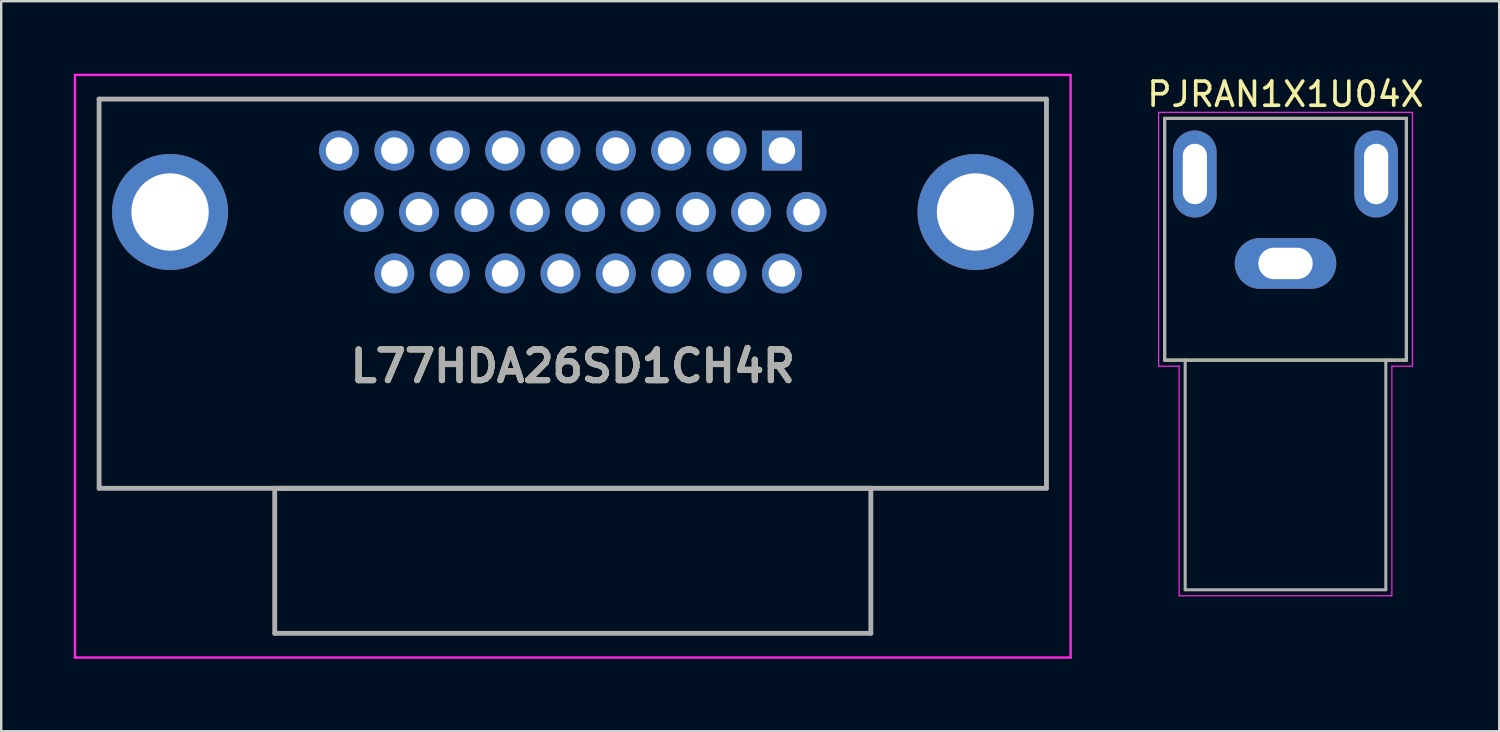
<source format=kicad_pcb>
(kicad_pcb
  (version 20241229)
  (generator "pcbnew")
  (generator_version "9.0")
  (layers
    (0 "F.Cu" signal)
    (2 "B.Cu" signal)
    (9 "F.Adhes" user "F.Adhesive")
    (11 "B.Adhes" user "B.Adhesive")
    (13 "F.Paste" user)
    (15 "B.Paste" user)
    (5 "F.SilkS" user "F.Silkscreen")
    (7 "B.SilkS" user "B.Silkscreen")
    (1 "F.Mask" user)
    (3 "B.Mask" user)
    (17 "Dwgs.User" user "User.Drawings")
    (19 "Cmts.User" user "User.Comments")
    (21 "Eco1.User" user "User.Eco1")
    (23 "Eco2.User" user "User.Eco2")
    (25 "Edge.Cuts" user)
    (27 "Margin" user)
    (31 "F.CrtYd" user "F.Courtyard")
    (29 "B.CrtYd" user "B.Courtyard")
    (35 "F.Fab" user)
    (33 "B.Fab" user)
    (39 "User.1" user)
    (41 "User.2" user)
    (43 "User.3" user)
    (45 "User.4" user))
  (footprint "PJRAN1X1U04X"
    (layer "F.Cu")
    (at 50.129 7.848)
    (property "Reference" "PJRAN1X1U04X" (at 0 -7 0) (layer "F.SilkS") (effects (font (size 1 1) (thickness 0.15))))
    (attr through_hole)
    (fp_line (start -5 -6) (end -5 4) (stroke (width 0.127) (type solid)) (layer "F.SilkS"))
    (fp_line (start -5 4) (end 5 4) (stroke (width 0.127) (type solid)) (layer "F.SilkS"))
    (fp_line (start 5 -6) (end -5 -6) (stroke (width 0.127) (type solid)) (layer "F.SilkS"))
    (fp_line (start 5 4) (end 5 -6) (stroke (width 0.127) (type solid)) (layer "F.SilkS"))
    (fp_line (start -5.25 -6.25) (end -5.25 4.25) (stroke (width 0.05) (type solid)) (layer "F.CrtYd"))
    (fp_line (start -5.25 4.25) (end -4.4 4.25) (stroke (width 0.05) (type solid)) (layer "F.CrtYd"))
    (fp_line (start -4.4 4.25) (end -4.4 13.75) (stroke (width 0.05) (type solid)) (layer "F.CrtYd"))
    (fp_line (start -4.4 13.75) (end 4.4 13.75) (stroke (width 0.05) (type solid)) (layer "F.CrtYd"))
    (fp_line (start 4.4 4.25) (end 5.25 4.25) (stroke (width 0.05) (type solid)) (layer "F.CrtYd"))
    (fp_line (start 4.4 13.75) (end 4.4 4.25) (stroke (width 0.05) (type solid)) (layer "F.CrtYd"))
    (fp_line (start 5.25 -6.25) (end -5.25 -6.25) (stroke (width 0.05) (type solid)) (layer "F.CrtYd"))
    (fp_line (start 5.25 4.25) (end 5.25 -6.25) (stroke (width 0.05) (type solid)) (layer "F.CrtYd"))
    (fp_line (start -5 -6) (end -5 4) (stroke (width 0.127) (type solid)) (layer "F.Fab"))
    (fp_line (start -5 4) (end -4.15 4) (stroke (width 0.127) (type solid)) (layer "F.Fab"))
    (fp_line (start -4.15 4) (end -4.15 13.5) (stroke (width 0.127) (type solid)) (layer "F.Fab"))
    (fp_line (start -4.15 4) (end 4.15 4) (stroke (width 0.127) (type solid)) (layer "F.Fab"))
    (fp_line (start -4.15 13.5) (end 4.15 13.5) (stroke (width 0.127) (type solid)) (layer "F.Fab"))
    (fp_line (start 4.15 4) (end 5 4) (stroke (width 0.127) (type solid)) (layer "F.Fab"))
    (fp_line (start 4.15 13.5) (end 4.15 4) (stroke (width 0.127) (type solid)) (layer "F.Fab"))
    (fp_line (start 5 -6) (end -5 -6) (stroke (width 0.127) (type solid)) (layer "F.Fab"))
    (fp_line (start 5 4) (end 5 -6) (stroke (width 0.127) (type solid)) (layer "F.Fab"))
    (pad "1" thru_hole oval (at 0 0) (size 4.2 2.1) (drill oval 2.25 1.3) (layers "*.Cu" "*.Mask"))
    (pad "2" thru_hole oval (at -3.75 -3.7) (size 1.8 3.6) (drill oval 1 2.5) (layers "*.Cu" "*.Mask"))
    (pad "3" thru_hole oval (at 3.75 -3.7) (size 1.8 3.6) (drill oval 1 2.5) (layers "*.Cu" "*.Mask")))
  (footprint "L77HDA26SD1CH4R"
    (layer "F.Cu")
    (at 29.295 3.18)
    (property "Reference" "L77HDA26SD1CH4R" (at -8.65 8.92 0) (layer "F.SilkS") (effects (font (size 1.27 1.27) (thickness 0.254))))
    (attr through_hole)
    (fp_line (start -28.245 -2.13) (end 10.945 -2.13) (stroke (width 0.1) (type solid)) (layer "F.SilkS"))
    (fp_line (start -28.245 13.97) (end -28.245 -2.13) (stroke (width 0.1) (type solid)) (layer "F.SilkS"))
    (fp_line (start -20.98 13.97) (end 3.68 13.97) (stroke (width 0.1) (type solid)) (layer "F.SilkS"))
    (fp_line (start -20.98 19.97) (end -20.98 13.97) (stroke (width 0.1) (type solid)) (layer "F.SilkS"))
    (fp_line (start 3.68 13.97) (end 3.68 19.97) (stroke (width 0.1) (type solid)) (layer "F.SilkS"))
    (fp_line (start 3.68 19.97) (end -20.98 19.97) (stroke (width 0.1) (type solid)) (layer "F.SilkS"))
    (fp_line (start 10.945 -2.13) (end 10.945 13.97) (stroke (width 0.1) (type solid)) (layer "F.SilkS"))
    (fp_line (start 10.945 13.97) (end -28.245 13.97) (stroke (width 0.1) (type solid)) (layer "F.SilkS"))
    (fp_line (start -29.245 -3.13) (end 11.945 -3.13) (stroke (width 0.1) (type solid)) (layer "F.CrtYd"))
    (fp_line (start -29.245 20.97) (end -29.245 -3.13) (stroke (width 0.1) (type solid)) (layer "F.CrtYd"))
    (fp_line (start 11.945 -3.13) (end 11.945 20.97) (stroke (width 0.1) (type solid)) (layer "F.CrtYd"))
    (fp_line (start 11.945 20.97) (end -29.245 20.97) (stroke (width 0.1) (type solid)) (layer "F.CrtYd"))
    (fp_line (start -28.245 -2.13) (end -28.245 13.97) (stroke (width 0.2) (type solid)) (layer "F.Fab"))
    (fp_line (start -28.245 13.97) (end 10.945 13.97) (stroke (width 0.2) (type solid)) (layer "F.Fab"))
    (fp_line (start -20.98 13.97) (end 3.68 13.97) (stroke (width 0.2) (type solid)) (layer "F.Fab"))
    (fp_line (start -20.98 19.97) (end -20.98 13.97) (stroke (width 0.2) (type solid)) (layer "F.Fab"))
    (fp_line (start 3.68 13.97) (end 3.68 19.97) (stroke (width 0.2) (type solid)) (layer "F.Fab"))
    (fp_line (start 3.68 19.97) (end -20.98 19.97) (stroke (width 0.2) (type solid)) (layer "F.Fab"))
    (fp_line (start 10.945 -2.13) (end -28.245 -2.13) (stroke (width 0.2) (type solid)) (layer "F.Fab"))
    (fp_line (start 10.945 13.97) (end 10.945 -2.13) (stroke (width 0.2) (type solid)) (layer "F.Fab"))
    (fp_text user "${REFERENCE}" (at -8.65 8.92 0) (layer "F.Fab") (effects (font (size 1.27 1.27) (thickness 0.254))))
    (pad "0" thru_hole circle (at -25.31 2.54) (size 4.8 4.8) (drill 3.2) (layers "*.Cu" "*.Mask"))
    (pad "0" thru_hole circle (at 8.01 2.54) (size 4.8 4.8) (drill 3.2) (layers "*.Cu" "*.Mask"))
    (pad "1" thru_hole rect (at 0 0) (size 1.65 1.65) (drill 1.1) (layers "*.Cu" "*.Mask"))
    (pad "2" thru_hole circle (at -2.29 0) (size 1.65 1.65) (drill 1.1) (layers "*.Cu" "*.Mask"))
    (pad "3" thru_hole circle (at -4.58 0) (size 1.65 1.65) (drill 1.1) (layers "*.Cu" "*.Mask"))
    (pad "4" thru_hole circle (at -6.87 0) (size 1.65 1.65) (drill 1.1) (layers "*.Cu" "*.Mask"))
    (pad "5" thru_hole circle (at -9.16 0) (size 1.65 1.65) (drill 1.1) (layers "*.Cu" "*.Mask"))
    (pad "6" thru_hole circle (at -11.45 0) (size 1.65 1.65) (drill 1.1) (layers "*.Cu" "*.Mask"))
    (pad "7" thru_hole circle (at -13.74 0) (size 1.65 1.65) (drill 1.1) (layers "*.Cu" "*.Mask"))
    (pad "8" thru_hole circle (at -16.03 0) (size 1.65 1.65) (drill 1.1) (layers "*.Cu" "*.Mask"))
    (pad "9" thru_hole circle (at -18.32 0) (size 1.65 1.65) (drill 1.1) (layers "*.Cu" "*.Mask"))
    (pad "10" thru_hole circle (at 1.02 2.54) (size 1.65 1.65) (drill 1.1) (layers "*.Cu" "*.Mask"))
    (pad "11" thru_hole circle (at -1.27 2.54) (size 1.65 1.65) (drill 1.1) (layers "*.Cu" "*.Mask"))
    (pad "12" thru_hole circle (at -3.56 2.54) (size 1.65 1.65) (drill 1.1) (layers "*.Cu" "*.Mask"))
    (pad "13" thru_hole circle (at -5.85 2.54) (size 1.65 1.65) (drill 1.1) (layers "*.Cu" "*.Mask"))
    (pad "14" thru_hole circle (at -8.14 2.54) (size 1.65 1.65) (drill 1.1) (layers "*.Cu" "*.Mask"))
    (pad "15" thru_hole circle (at -10.43 2.54) (size 1.65 1.65) (drill 1.1) (layers "*.Cu" "*.Mask"))
    (pad "16" thru_hole circle (at -12.72 2.54) (size 1.65 1.65) (drill 1.1) (layers "*.Cu" "*.Mask"))
    (pad "17" thru_hole circle (at -15.01 2.54) (size 1.65 1.65) (drill 1.1) (layers "*.Cu" "*.Mask"))
    (pad "18" thru_hole circle (at -17.3 2.54) (size 1.65 1.65) (drill 1.1) (layers "*.Cu" "*.Mask"))
    (pad "19" thru_hole circle (at 0 5.08) (size 1.65 1.65) (drill 1.1) (layers "*.Cu" "*.Mask"))
    (pad "20" thru_hole circle (at -2.29 5.08) (size 1.65 1.65) (drill 1.1) (layers "*.Cu" "*.Mask"))
    (pad "21" thru_hole circle (at -4.58 5.08) (size 1.65 1.65) (drill 1.1) (layers "*.Cu" "*.Mask"))
    (pad "22" thru_hole circle (at -6.87 5.08) (size 1.65 1.65) (drill 1.1) (layers "*.Cu" "*.Mask"))
    (pad "23" thru_hole circle (at -9.16 5.08) (size 1.65 1.65) (drill 1.1) (layers "*.Cu" "*.Mask"))
    (pad "24" thru_hole circle (at -11.45 5.08) (size 1.65 1.65) (drill 1.1) (layers "*.Cu" "*.Mask"))
    (pad "25" thru_hole circle (at -13.74 5.08) (size 1.65 1.65) (drill 1.1) (layers "*.Cu" "*.Mask"))
    (pad "26" thru_hole circle (at -16.03 5.08) (size 1.65 1.65) (drill 1.1) (layers "*.Cu" "*.Mask")))
  (gr_rect
    (start -3 -3)
    (end 58.969 27.2)
    (stroke (width 0.1) (type default))
    (fill no)
    (layer "Edge.Cuts")))
</source>
